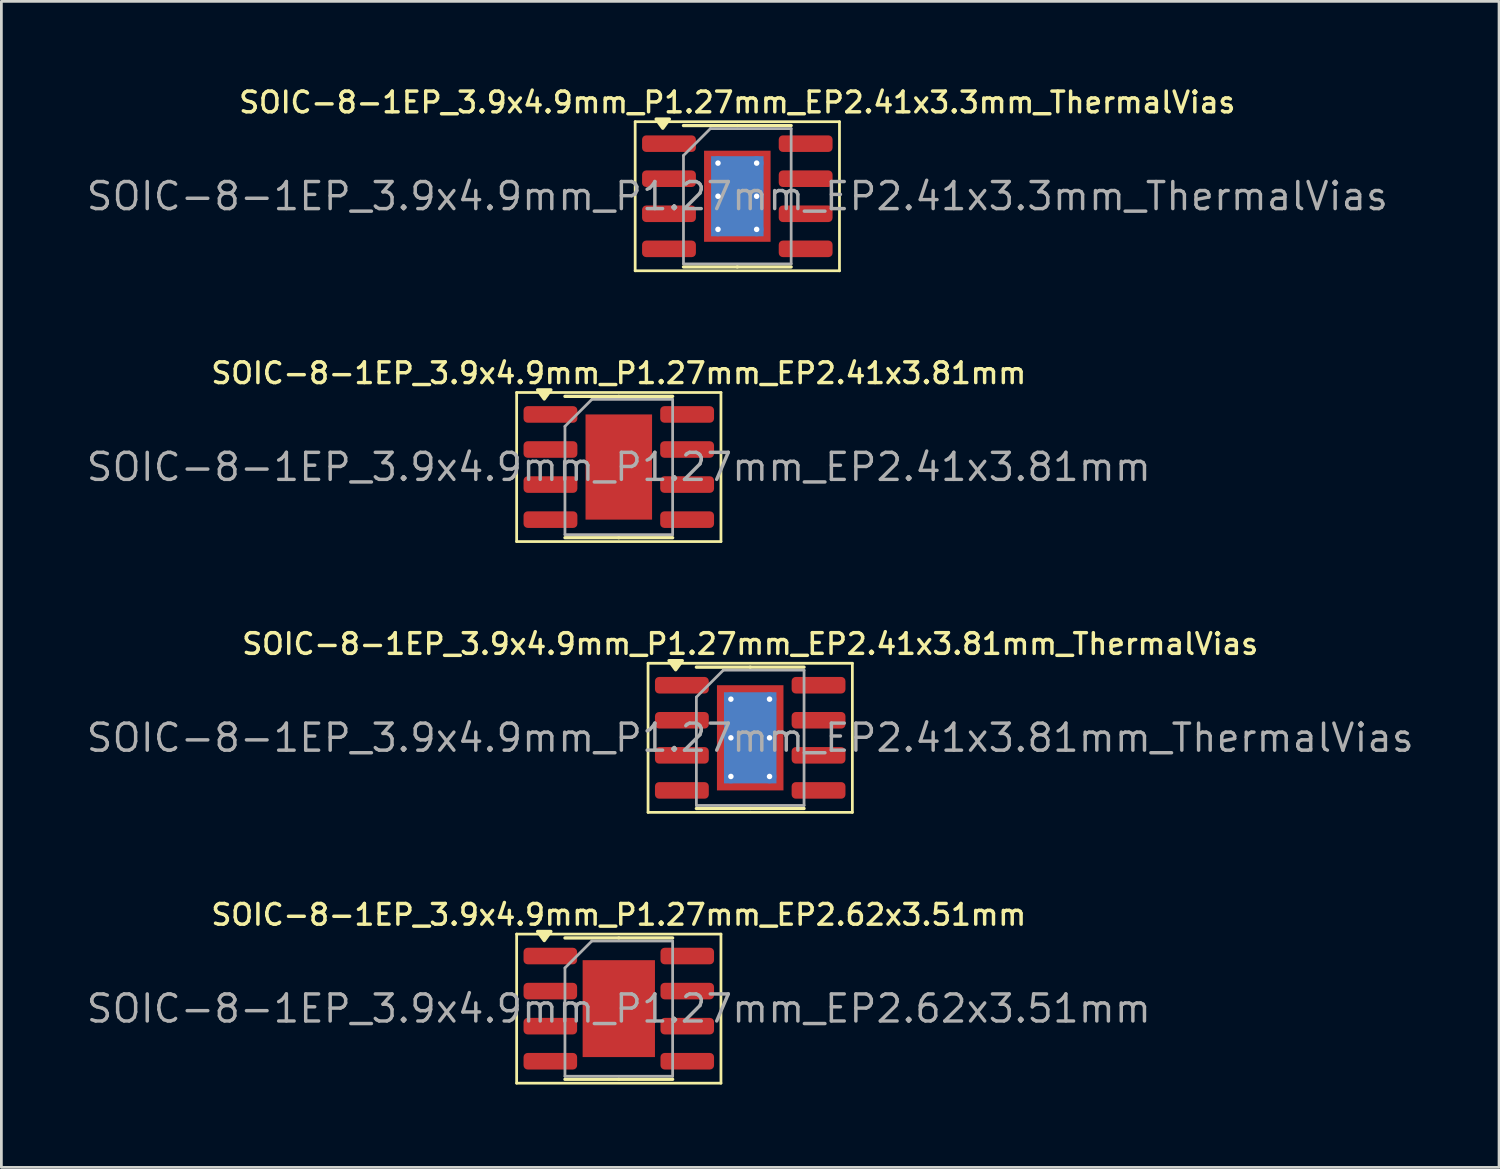
<source format=kicad_pcb>
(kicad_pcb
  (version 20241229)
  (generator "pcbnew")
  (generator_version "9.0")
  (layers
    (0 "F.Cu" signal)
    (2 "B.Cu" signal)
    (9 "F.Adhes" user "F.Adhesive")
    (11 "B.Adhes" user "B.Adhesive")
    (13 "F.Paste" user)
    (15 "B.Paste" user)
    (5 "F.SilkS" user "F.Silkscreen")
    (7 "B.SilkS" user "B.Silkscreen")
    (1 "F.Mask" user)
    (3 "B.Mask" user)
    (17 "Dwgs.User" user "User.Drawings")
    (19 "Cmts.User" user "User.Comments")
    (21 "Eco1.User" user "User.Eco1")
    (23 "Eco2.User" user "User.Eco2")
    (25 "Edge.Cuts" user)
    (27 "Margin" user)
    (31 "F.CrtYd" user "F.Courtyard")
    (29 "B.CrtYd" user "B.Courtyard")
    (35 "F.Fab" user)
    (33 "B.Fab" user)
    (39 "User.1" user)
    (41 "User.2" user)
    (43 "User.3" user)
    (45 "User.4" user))
  (footprint "SOIC-8-1EP_3.9x4.9mm_P1.27mm_EP2.41x3.81mm_ThermalVias"
    (layer "F.Cu")
    (at 24.123 23.674)
    (property "Reference" "SOIC-8-1EP_3.9x4.9mm_P1.27mm_EP2.41x3.81mm_ThermalVias" (at 0 -3.4 0) (layer "F.SilkS") (effects (font (size 0.75 0.75) (thickness 0.125))))
    (attr smd)
    (fp_line (start -3.7 -2.7) (end -3.7 2.7) (stroke (width 0.1) (type solid)) (layer "F.SilkS"))
    (fp_line (start -3.7 2.7) (end 3.7 2.7) (stroke (width 0.1) (type solid)) (layer "F.SilkS"))
    (fp_line (start 0 -2.56) (end -1.95 -2.56) (stroke (width 0.12) (type solid)) (layer "F.SilkS"))
    (fp_line (start 0 -2.56) (end 1.95 -2.56) (stroke (width 0.12) (type solid)) (layer "F.SilkS"))
    (fp_line (start 0 2.56) (end -1.95 2.56) (stroke (width 0.12) (type solid)) (layer "F.SilkS"))
    (fp_line (start 0 2.56) (end 1.95 2.56) (stroke (width 0.12) (type solid)) (layer "F.SilkS"))
    (fp_line (start 3.7 -2.7) (end -3.7 -2.7) (stroke (width 0.1) (type solid)) (layer "F.SilkS"))
    (fp_line (start 3.7 2.7) (end 3.7 -2.7) (stroke (width 0.1) (type solid)) (layer "F.SilkS"))
    (fp_poly (pts (xy -2.7 -2.465) (xy -2.94 -2.795) (xy -2.46 -2.795) (xy -2.7 -2.465)) (stroke (width 0.12) (type solid)) (fill yes) (layer "F.SilkS"))
    (fp_line (start -1.95 -1.475) (end -0.975 -2.45) (stroke (width 0.1) (type solid)) (layer "F.Fab"))
    (fp_line (start -1.95 2.45) (end -1.95 -1.475) (stroke (width 0.1) (type solid)) (layer "F.Fab"))
    (fp_line (start -0.975 -2.45) (end 1.95 -2.45) (stroke (width 0.1) (type solid)) (layer "F.Fab"))
    (fp_line (start 1.95 -2.45) (end 1.95 2.45) (stroke (width 0.1) (type solid)) (layer "F.Fab"))
    (fp_line (start 1.95 2.45) (end -1.95 2.45) (stroke (width 0.1) (type solid)) (layer "F.Fab"))
    (fp_text user "${REFERENCE}" (at 0 0 0) (layer "F.Fab") (effects (font (size 0.98 0.98) (thickness 0.125))))
    (pad "" smd roundrect (at -0.6 -0.95) (size 1.01 1.59) (layers "F.Paste") (roundrect_rratio 0.248))
    (pad "" smd roundrect (at -0.6 0.95) (size 1.01 1.59) (layers "F.Paste") (roundrect_rratio 0.248))
    (pad "" smd roundrect (at 0.6 -0.95) (size 1.01 1.59) (layers "F.Paste") (roundrect_rratio 0.248))
    (pad "" smd roundrect (at 0.6 0.95) (size 1.01 1.59) (layers "F.Paste") (roundrect_rratio 0.248))
    (pad "1" smd roundrect (at -2.475 -1.905) (size 1.95 0.6) (layers "F.Cu" "F.Mask" "F.Paste") (roundrect_rratio 0.25))
    (pad "2" smd roundrect (at -2.475 -0.635) (size 1.95 0.6) (layers "F.Cu" "F.Mask" "F.Paste") (roundrect_rratio 0.25))
    (pad "3" smd roundrect (at -2.475 0.635) (size 1.95 0.6) (layers "F.Cu" "F.Mask" "F.Paste") (roundrect_rratio 0.25))
    (pad "4" smd roundrect (at -2.475 1.905) (size 1.95 0.6) (layers "F.Cu" "F.Mask" "F.Paste") (roundrect_rratio 0.25))
    (pad "5" smd roundrect (at 2.475 1.905) (size 1.95 0.6) (layers "F.Cu" "F.Mask" "F.Paste") (roundrect_rratio 0.25))
    (pad "6" smd roundrect (at 2.475 0.635) (size 1.95 0.6) (layers "F.Cu" "F.Mask" "F.Paste") (roundrect_rratio 0.25))
    (pad "7" smd roundrect (at 2.475 -0.635) (size 1.95 0.6) (layers "F.Cu" "F.Mask" "F.Paste") (roundrect_rratio 0.25))
    (pad "8" smd roundrect (at 2.475 -1.905) (size 1.95 0.6) (layers "F.Cu" "F.Mask" "F.Paste") (roundrect_rratio 0.25))
    (pad "9" thru_hole circle (at -0.7 -1.4) (size 0.5 0.5) (drill 0.2) (property pad_prop_heatsink) (layers "*.Cu"))
    (pad "9" thru_hole circle (at -0.7 0) (size 0.5 0.5) (drill 0.2) (property pad_prop_heatsink) (layers "*.Cu"))
    (pad "9" thru_hole circle (at -0.7 1.4) (size 0.5 0.5) (drill 0.2) (property pad_prop_heatsink) (layers "*.Cu"))
    (pad "9" smd rect (at 0 0) (size 1.9 3.3) (property pad_prop_heatsink) (layers "B.Cu"))
    (pad "9" smd rect (at 0 0) (size 2.41 3.81) (property pad_prop_heatsink) (layers "F.Cu" "F.Mask"))
    (pad "9" thru_hole circle (at 0.7 -1.4) (size 0.5 0.5) (drill 0.2) (property pad_prop_heatsink) (layers "*.Cu"))
    (pad "9" thru_hole circle (at 0.7 0) (size 0.5 0.5) (drill 0.2) (property pad_prop_heatsink) (layers "*.Cu"))
    (pad "9" thru_hole circle (at 0.7 1.4) (size 0.5 0.5) (drill 0.2) (property pad_prop_heatsink) (layers "*.Cu")))
  (footprint "SOIC-8-1EP_3.9x4.9mm_P1.27mm_EP2.62x3.51mm"
    (layer "F.Cu")
    (at 19.363 33.483)
    (property "Reference" "SOIC-8-1EP_3.9x4.9mm_P1.27mm_EP2.62x3.51mm" (at 0 -3.4 0) (layer "F.SilkS") (effects (font (size 0.75 0.75) (thickness 0.125))))
    (attr smd)
    (fp_line (start -3.7 -2.7) (end -3.7 2.7) (stroke (width 0.1) (type solid)) (layer "F.SilkS"))
    (fp_line (start -3.7 2.7) (end 3.7 2.7) (stroke (width 0.1) (type solid)) (layer "F.SilkS"))
    (fp_line (start 0 -2.56) (end -1.95 -2.56) (stroke (width 0.12) (type solid)) (layer "F.SilkS"))
    (fp_line (start 0 -2.56) (end 1.95 -2.56) (stroke (width 0.12) (type solid)) (layer "F.SilkS"))
    (fp_line (start 0 2.56) (end -1.95 2.56) (stroke (width 0.12) (type solid)) (layer "F.SilkS"))
    (fp_line (start 0 2.56) (end 1.95 2.56) (stroke (width 0.12) (type solid)) (layer "F.SilkS"))
    (fp_line (start 3.7 -2.7) (end -3.7 -2.7) (stroke (width 0.1) (type solid)) (layer "F.SilkS"))
    (fp_line (start 3.7 2.7) (end 3.7 -2.7) (stroke (width 0.1) (type solid)) (layer "F.SilkS"))
    (fp_poly (pts (xy -2.7 -2.465) (xy -2.94 -2.795) (xy -2.46 -2.795) (xy -2.7 -2.465)) (stroke (width 0.12) (type solid)) (fill yes) (layer "F.SilkS"))
    (fp_line (start -1.95 -1.475) (end -0.975 -2.45) (stroke (width 0.1) (type solid)) (layer "F.Fab"))
    (fp_line (start -1.95 2.45) (end -1.95 -1.475) (stroke (width 0.1) (type solid)) (layer "F.Fab"))
    (fp_line (start -0.975 -2.45) (end 1.95 -2.45) (stroke (width 0.1) (type solid)) (layer "F.Fab"))
    (fp_line (start 1.95 -2.45) (end 1.95 2.45) (stroke (width 0.1) (type solid)) (layer "F.Fab"))
    (fp_line (start 1.95 2.45) (end -1.95 2.45) (stroke (width 0.1) (type solid)) (layer "F.Fab"))
    (fp_text user "${REFERENCE}" (at 0 0 0) (layer "F.Fab") (effects (font (size 0.98 0.98) (thickness 0.125))))
    (pad "" smd roundrect (at -0.655 -0.875) (size 1.06 1.41) (layers "F.Paste") (roundrect_rratio 0.236))
    (pad "" smd roundrect (at -0.655 0.875) (size 1.06 1.41) (layers "F.Paste") (roundrect_rratio 0.236))
    (pad "" smd roundrect (at 0.655 -0.875) (size 1.06 1.41) (layers "F.Paste") (roundrect_rratio 0.236))
    (pad "" smd roundrect (at 0.655 0.875) (size 1.06 1.41) (layers "F.Paste") (roundrect_rratio 0.236))
    (pad "1" smd roundrect (at -2.48 -1.905) (size 1.94 0.6) (layers "F.Cu" "F.Mask" "F.Paste") (roundrect_rratio 0.25))
    (pad "2" smd roundrect (at -2.48 -0.635) (size 1.94 0.6) (layers "F.Cu" "F.Mask" "F.Paste") (roundrect_rratio 0.25))
    (pad "3" smd roundrect (at -2.48 0.635) (size 1.94 0.6) (layers "F.Cu" "F.Mask" "F.Paste") (roundrect_rratio 0.25))
    (pad "4" smd roundrect (at -2.48 1.905) (size 1.94 0.6) (layers "F.Cu" "F.Mask" "F.Paste") (roundrect_rratio 0.25))
    (pad "5" smd roundrect (at 2.48 1.905) (size 1.94 0.6) (layers "F.Cu" "F.Mask" "F.Paste") (roundrect_rratio 0.25))
    (pad "6" smd roundrect (at 2.48 0.635) (size 1.94 0.6) (layers "F.Cu" "F.Mask" "F.Paste") (roundrect_rratio 0.25))
    (pad "7" smd roundrect (at 2.48 -0.635) (size 1.94 0.6) (layers "F.Cu" "F.Mask" "F.Paste") (roundrect_rratio 0.25))
    (pad "8" smd roundrect (at 2.48 -1.905) (size 1.94 0.6) (layers "F.Cu" "F.Mask" "F.Paste") (roundrect_rratio 0.25))
    (pad "9" smd rect (at 0 0) (size 2.62 3.51) (property pad_prop_heatsink) (layers "F.Cu" "F.Mask")))
  (footprint "SOIC-8-1EP_3.9x4.9mm_P1.27mm_EP2.41x3.3mm_ThermalVias"
    (layer "F.Cu")
    (at 23.656 4.058)
    (property "Reference" "SOIC-8-1EP_3.9x4.9mm_P1.27mm_EP2.41x3.3mm_ThermalVias" (at 0 -3.4 0) (layer "F.SilkS") (effects (font (size 0.75 0.75) (thickness 0.125))))
    (attr smd)
    (fp_line (start -3.7 -2.7) (end -3.7 2.7) (stroke (width 0.1) (type solid)) (layer "F.SilkS"))
    (fp_line (start -3.7 2.7) (end 3.7 2.7) (stroke (width 0.1) (type solid)) (layer "F.SilkS"))
    (fp_line (start 0 -2.56) (end -1.95 -2.56) (stroke (width 0.12) (type solid)) (layer "F.SilkS"))
    (fp_line (start 0 -2.56) (end 1.95 -2.56) (stroke (width 0.12) (type solid)) (layer "F.SilkS"))
    (fp_line (start 0 2.56) (end -1.95 2.56) (stroke (width 0.12) (type solid)) (layer "F.SilkS"))
    (fp_line (start 0 2.56) (end 1.95 2.56) (stroke (width 0.12) (type solid)) (layer "F.SilkS"))
    (fp_line (start 3.7 -2.7) (end -3.7 -2.7) (stroke (width 0.1) (type solid)) (layer "F.SilkS"))
    (fp_line (start 3.7 2.7) (end 3.7 -2.7) (stroke (width 0.1) (type solid)) (layer "F.SilkS"))
    (fp_poly (pts (xy -2.7 -2.465) (xy -2.94 -2.795) (xy -2.46 -2.795) (xy -2.7 -2.465)) (stroke (width 0.12) (type solid)) (fill yes) (layer "F.SilkS"))
    (fp_line (start -1.95 -1.475) (end -0.975 -2.45) (stroke (width 0.1) (type solid)) (layer "F.Fab"))
    (fp_line (start -1.95 2.45) (end -1.95 -1.475) (stroke (width 0.1) (type solid)) (layer "F.Fab"))
    (fp_line (start -0.975 -2.45) (end 1.95 -2.45) (stroke (width 0.1) (type solid)) (layer "F.Fab"))
    (fp_line (start 1.95 -2.45) (end 1.95 2.45) (stroke (width 0.1) (type solid)) (layer "F.Fab"))
    (fp_line (start 1.95 2.45) (end -1.95 2.45) (stroke (width 0.1) (type solid)) (layer "F.Fab"))
    (fp_text user "${REFERENCE}" (at 0 0 0) (layer "F.Fab") (effects (font (size 0.98 0.98) (thickness 0.125))))
    (pad "" smd roundrect (at -0.6 -0.825) (size 1.01 1.38) (layers "F.Paste") (roundrect_rratio 0.248))
    (pad "" smd roundrect (at -0.6 0.825) (size 1.01 1.38) (layers "F.Paste") (roundrect_rratio 0.248))
    (pad "" smd roundrect (at 0.6 -0.825) (size 1.01 1.38) (layers "F.Paste") (roundrect_rratio 0.248))
    (pad "" smd roundrect (at 0.6 0.825) (size 1.01 1.38) (layers "F.Paste") (roundrect_rratio 0.248))
    (pad "1" smd roundrect (at -2.475 -1.905) (size 1.95 0.6) (layers "F.Cu" "F.Mask" "F.Paste") (roundrect_rratio 0.25))
    (pad "2" smd roundrect (at -2.475 -0.635) (size 1.95 0.6) (layers "F.Cu" "F.Mask" "F.Paste") (roundrect_rratio 0.25))
    (pad "3" smd roundrect (at -2.475 0.635) (size 1.95 0.6) (layers "F.Cu" "F.Mask" "F.Paste") (roundrect_rratio 0.25))
    (pad "4" smd roundrect (at -2.475 1.905) (size 1.95 0.6) (layers "F.Cu" "F.Mask" "F.Paste") (roundrect_rratio 0.25))
    (pad "5" smd roundrect (at 2.475 1.905) (size 1.95 0.6) (layers "F.Cu" "F.Mask" "F.Paste") (roundrect_rratio 0.25))
    (pad "6" smd roundrect (at 2.475 0.635) (size 1.95 0.6) (layers "F.Cu" "F.Mask" "F.Paste") (roundrect_rratio 0.25))
    (pad "7" smd roundrect (at 2.475 -0.635) (size 1.95 0.6) (layers "F.Cu" "F.Mask" "F.Paste") (roundrect_rratio 0.25))
    (pad "8" smd roundrect (at 2.475 -1.905) (size 1.95 0.6) (layers "F.Cu" "F.Mask" "F.Paste") (roundrect_rratio 0.25))
    (pad "9" thru_hole circle (at -0.7 -1.2) (size 0.5 0.5) (drill 0.2) (property pad_prop_heatsink) (layers "*.Cu"))
    (pad "9" thru_hole circle (at -0.7 0) (size 0.5 0.5) (drill 0.2) (property pad_prop_heatsink) (layers "*.Cu"))
    (pad "9" thru_hole circle (at -0.7 1.2) (size 0.5 0.5) (drill 0.2) (property pad_prop_heatsink) (layers "*.Cu"))
    (pad "9" smd rect (at 0 0) (size 1.9 2.9) (property pad_prop_heatsink) (layers "B.Cu"))
    (pad "9" smd rect (at 0 0) (size 2.41 3.3) (property pad_prop_heatsink) (layers "F.Cu" "F.Mask"))
    (pad "9" thru_hole circle (at 0.7 -1.2) (size 0.5 0.5) (drill 0.2) (property pad_prop_heatsink) (layers "*.Cu"))
    (pad "9" thru_hole circle (at 0.7 0) (size 0.5 0.5) (drill 0.2) (property pad_prop_heatsink) (layers "*.Cu"))
    (pad "9" thru_hole circle (at 0.7 1.2) (size 0.5 0.5) (drill 0.2) (property pad_prop_heatsink) (layers "*.Cu")))
  (footprint "SOIC-8-1EP_3.9x4.9mm_P1.27mm_EP2.41x3.81mm"
    (layer "F.Cu")
    (at 19.363 13.866)
    (property "Reference" "SOIC-8-1EP_3.9x4.9mm_P1.27mm_EP2.41x3.81mm" (at 0 -3.4 0) (layer "F.SilkS") (effects (font (size 0.75 0.75) (thickness 0.125))))
    (attr smd)
    (fp_line (start -3.7 -2.7) (end -3.7 2.7) (stroke (width 0.1) (type solid)) (layer "F.SilkS"))
    (fp_line (start -3.7 2.7) (end 3.7 2.7) (stroke (width 0.1) (type solid)) (layer "F.SilkS"))
    (fp_line (start 0 -2.56) (end -1.95 -2.56) (stroke (width 0.12) (type solid)) (layer "F.SilkS"))
    (fp_line (start 0 -2.56) (end 1.95 -2.56) (stroke (width 0.12) (type solid)) (layer "F.SilkS"))
    (fp_line (start 0 2.56) (end -1.95 2.56) (stroke (width 0.12) (type solid)) (layer "F.SilkS"))
    (fp_line (start 0 2.56) (end 1.95 2.56) (stroke (width 0.12) (type solid)) (layer "F.SilkS"))
    (fp_line (start 3.7 -2.7) (end -3.7 -2.7) (stroke (width 0.1) (type solid)) (layer "F.SilkS"))
    (fp_line (start 3.7 2.7) (end 3.7 -2.7) (stroke (width 0.1) (type solid)) (layer "F.SilkS"))
    (fp_poly (pts (xy -2.7 -2.465) (xy -2.94 -2.795) (xy -2.46 -2.795) (xy -2.7 -2.465)) (stroke (width 0.12) (type solid)) (fill yes) (layer "F.SilkS"))
    (fp_line (start -1.95 -1.475) (end -0.975 -2.45) (stroke (width 0.1) (type solid)) (layer "F.Fab"))
    (fp_line (start -1.95 2.45) (end -1.95 -1.475) (stroke (width 0.1) (type solid)) (layer "F.Fab"))
    (fp_line (start -0.975 -2.45) (end 1.95 -2.45) (stroke (width 0.1) (type solid)) (layer "F.Fab"))
    (fp_line (start 1.95 -2.45) (end 1.95 2.45) (stroke (width 0.1) (type solid)) (layer "F.Fab"))
    (fp_line (start 1.95 2.45) (end -1.95 2.45) (stroke (width 0.1) (type solid)) (layer "F.Fab"))
    (fp_text user "${REFERENCE}" (at 0 0 0) (layer "F.Fab") (effects (font (size 0.98 0.98) (thickness 0.125))))
    (pad "" smd roundrect (at -0.6 -0.95) (size 0.97 1.54) (layers "F.Paste") (roundrect_rratio 0.25))
    (pad "" smd roundrect (at -0.6 0.95) (size 0.97 1.54) (layers "F.Paste") (roundrect_rratio 0.25))
    (pad "" smd roundrect (at 0.6 -0.95) (size 0.97 1.54) (layers "F.Paste") (roundrect_rratio 0.25))
    (pad "" smd roundrect (at 0.6 0.95) (size 0.97 1.54) (layers "F.Paste") (roundrect_rratio 0.25))
    (pad "1" smd roundrect (at -2.475 -1.905) (size 1.95 0.6) (layers "F.Cu" "F.Mask" "F.Paste") (roundrect_rratio 0.25))
    (pad "2" smd roundrect (at -2.475 -0.635) (size 1.95 0.6) (layers "F.Cu" "F.Mask" "F.Paste") (roundrect_rratio 0.25))
    (pad "3" smd roundrect (at -2.475 0.635) (size 1.95 0.6) (layers "F.Cu" "F.Mask" "F.Paste") (roundrect_rratio 0.25))
    (pad "4" smd roundrect (at -2.475 1.905) (size 1.95 0.6) (layers "F.Cu" "F.Mask" "F.Paste") (roundrect_rratio 0.25))
    (pad "5" smd roundrect (at 2.475 1.905) (size 1.95 0.6) (layers "F.Cu" "F.Mask" "F.Paste") (roundrect_rratio 0.25))
    (pad "6" smd roundrect (at 2.475 0.635) (size 1.95 0.6) (layers "F.Cu" "F.Mask" "F.Paste") (roundrect_rratio 0.25))
    (pad "7" smd roundrect (at 2.475 -0.635) (size 1.95 0.6) (layers "F.Cu" "F.Mask" "F.Paste") (roundrect_rratio 0.25))
    (pad "8" smd roundrect (at 2.475 -1.905) (size 1.95 0.6) (layers "F.Cu" "F.Mask" "F.Paste") (roundrect_rratio 0.25))
    (pad "9" smd rect (at 0 0) (size 2.41 3.81) (property pad_prop_heatsink) (layers "F.Cu" "F.Mask")))
  (gr_rect
    (start -3 -3)
    (end 51.246 39.233)
    (stroke (width 0.1) (type default))
    (fill no)
    (layer "Edge.Cuts")))
</source>
